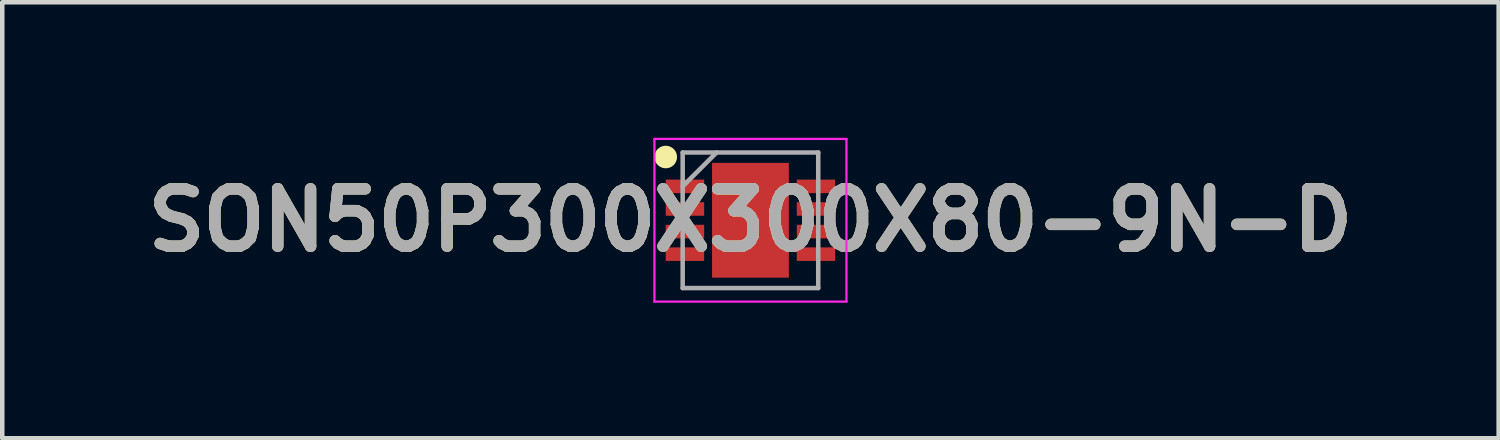
<source format=kicad_pcb>
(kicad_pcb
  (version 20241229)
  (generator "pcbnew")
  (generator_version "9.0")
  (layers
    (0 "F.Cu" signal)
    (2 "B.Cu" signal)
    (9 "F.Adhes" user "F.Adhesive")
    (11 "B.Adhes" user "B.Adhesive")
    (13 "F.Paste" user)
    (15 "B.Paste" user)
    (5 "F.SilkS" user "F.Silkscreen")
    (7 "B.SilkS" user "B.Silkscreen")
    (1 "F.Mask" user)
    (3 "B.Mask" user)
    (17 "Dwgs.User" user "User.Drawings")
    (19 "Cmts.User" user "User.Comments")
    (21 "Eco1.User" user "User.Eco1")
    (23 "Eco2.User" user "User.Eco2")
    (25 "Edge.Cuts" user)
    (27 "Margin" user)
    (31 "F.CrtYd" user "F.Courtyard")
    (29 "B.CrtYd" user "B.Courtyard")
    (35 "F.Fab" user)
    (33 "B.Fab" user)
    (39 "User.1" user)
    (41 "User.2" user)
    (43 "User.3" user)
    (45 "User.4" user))
  (footprint "SON50P300X300X80-9N-D"
    (layer "F.Cu")
    (at 13.559 1.825)
    (property "Reference" "SON50P300X300X80-9N-D" (at 0 0 0) (layer "F.SilkS") (effects (font (size 1.27 1.27) (thickness 0.254))))
    (attr smd)
    (fp_circle (center -1.875 -1.4) (end -1.875 -1.275) (stroke (width 0.25) (type solid)) (fill no) (layer "F.SilkS"))
    (fp_line (start -2.125 -1.8) (end 2.125 -1.8) (stroke (width 0.05) (type solid)) (layer "F.CrtYd"))
    (fp_line (start -2.125 1.8) (end -2.125 -1.8) (stroke (width 0.05) (type solid)) (layer "F.CrtYd"))
    (fp_line (start 2.125 -1.8) (end 2.125 1.8) (stroke (width 0.05) (type solid)) (layer "F.CrtYd"))
    (fp_line (start 2.125 1.8) (end -2.125 1.8) (stroke (width 0.05) (type solid)) (layer "F.CrtYd"))
    (fp_line (start -1.5 -1.5) (end 1.5 -1.5) (stroke (width 0.1) (type solid)) (layer "F.Fab"))
    (fp_line (start -1.5 -0.75) (end -0.75 -1.5) (stroke (width 0.1) (type solid)) (layer "F.Fab"))
    (fp_line (start -1.5 1.5) (end -1.5 -1.5) (stroke (width 0.1) (type solid)) (layer "F.Fab"))
    (fp_line (start 1.5 -1.5) (end 1.5 1.5) (stroke (width 0.1) (type solid)) (layer "F.Fab"))
    (fp_line (start 1.5 1.5) (end -1.5 1.5) (stroke (width 0.1) (type solid)) (layer "F.Fab"))
    (fp_text user "${REFERENCE}" (at 0 0 0) (layer "F.Fab") (effects (font (size 1.27 1.27) (thickness 0.254))))
    (pad "1" smd rect (at -1.45 -0.75 90) (size 0.3 0.85) (layers "F.Cu" "F.Mask" "F.Paste"))
    (pad "2" smd rect (at -1.45 -0.25 90) (size 0.3 0.85) (layers "F.Cu" "F.Mask" "F.Paste"))
    (pad "3" smd rect (at -1.45 0.25 90) (size 0.3 0.85) (layers "F.Cu" "F.Mask" "F.Paste"))
    (pad "4" smd rect (at -1.45 0.75 90) (size 0.3 0.85) (layers "F.Cu" "F.Mask" "F.Paste"))
    (pad "5" smd rect (at 1.45 0.75 90) (size 0.3 0.85) (layers "F.Cu" "F.Mask" "F.Paste"))
    (pad "6" smd rect (at 1.45 0.25 90) (size 0.3 0.85) (layers "F.Cu" "F.Mask" "F.Paste"))
    (pad "7" smd rect (at 1.45 -0.25 90) (size 0.3 0.85) (layers "F.Cu" "F.Mask" "F.Paste"))
    (pad "8" smd rect (at 1.45 -0.75 90) (size 0.3 0.85) (layers "F.Cu" "F.Mask" "F.Paste"))
    (pad "9" smd rect (at 0 0) (size 1.7 2.54) (layers "F.Cu" "F.Mask" "F.Paste")))
  (gr_rect
    (start -3 -3)
    (end 30.118 6.65)
    (stroke (width 0.1) (type default))
    (fill no)
    (layer "Edge.Cuts")))
</source>
